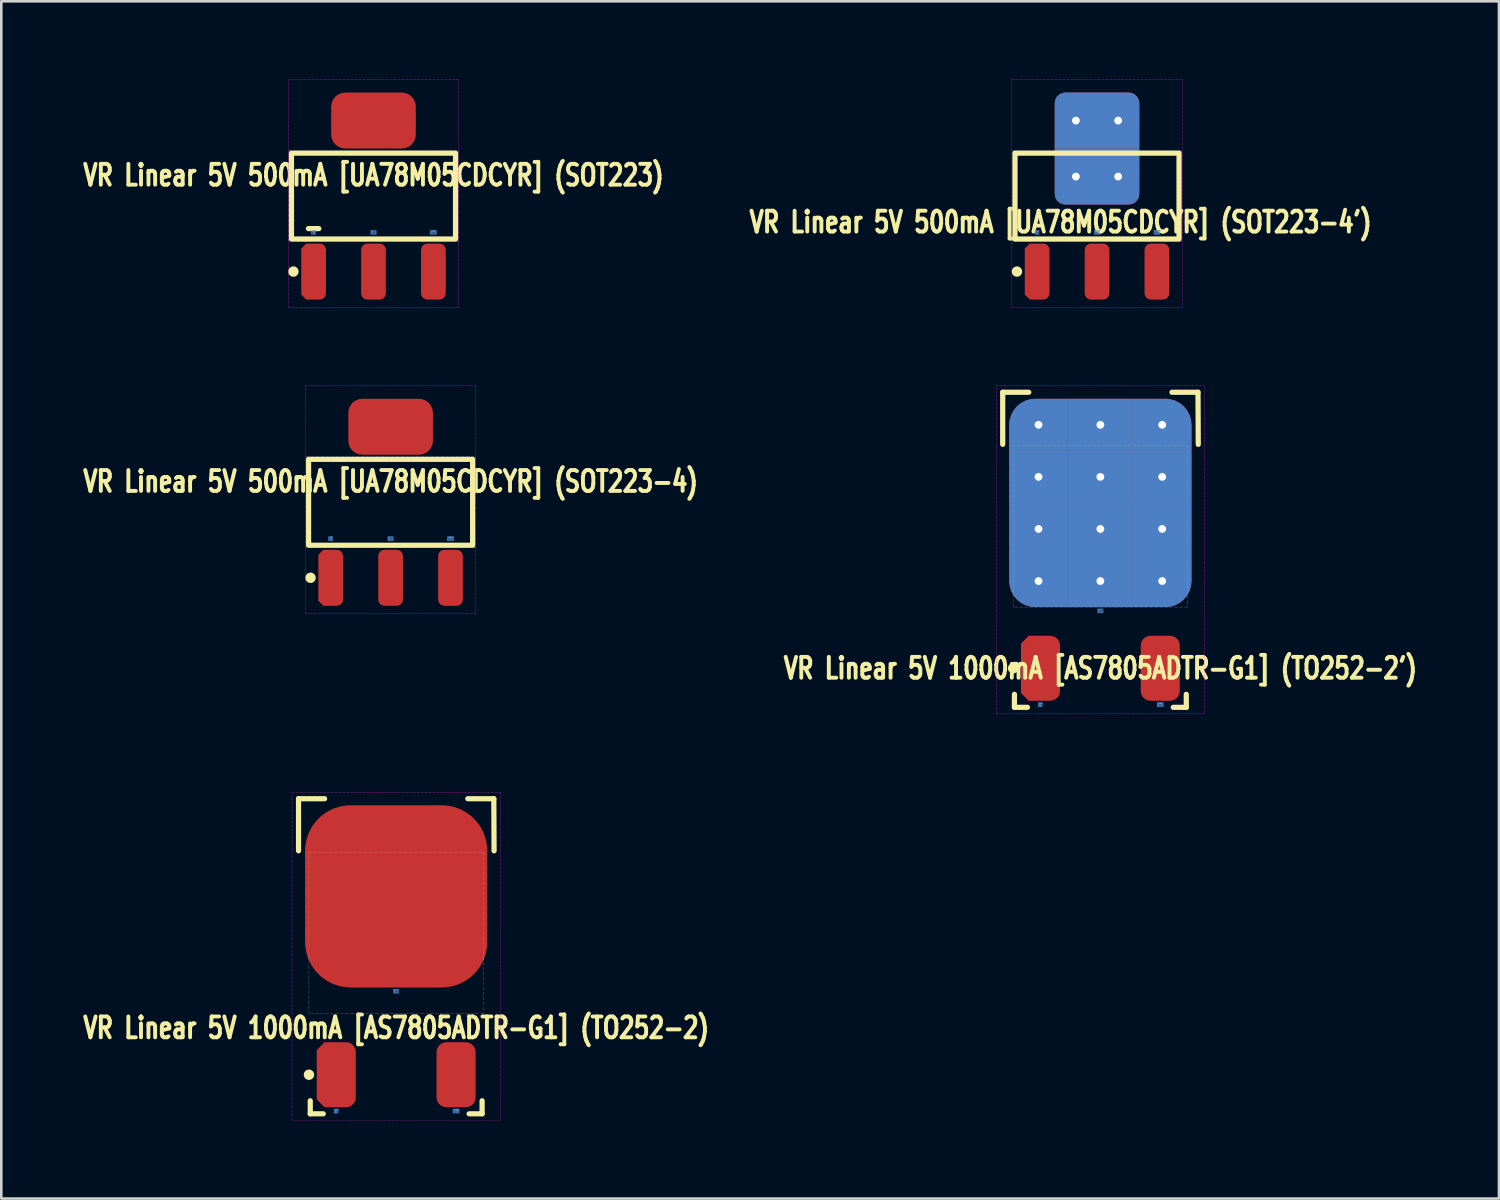
<source format=kicad_pcb>
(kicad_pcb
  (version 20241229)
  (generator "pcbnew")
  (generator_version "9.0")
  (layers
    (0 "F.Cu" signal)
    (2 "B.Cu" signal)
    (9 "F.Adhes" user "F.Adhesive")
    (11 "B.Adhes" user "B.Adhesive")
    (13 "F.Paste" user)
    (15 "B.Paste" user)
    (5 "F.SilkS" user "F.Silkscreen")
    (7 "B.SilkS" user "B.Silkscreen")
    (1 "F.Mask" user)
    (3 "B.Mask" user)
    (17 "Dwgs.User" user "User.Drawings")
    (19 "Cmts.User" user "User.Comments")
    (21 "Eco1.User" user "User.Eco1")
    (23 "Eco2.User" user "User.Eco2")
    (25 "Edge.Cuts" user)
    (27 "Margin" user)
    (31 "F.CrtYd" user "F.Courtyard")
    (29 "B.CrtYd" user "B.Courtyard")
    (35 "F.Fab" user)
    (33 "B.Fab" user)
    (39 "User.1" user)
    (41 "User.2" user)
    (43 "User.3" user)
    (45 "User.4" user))
  (footprint "VR Linear 5V 500mA [UA78M05CDCYR] (SOT223-4')"
    (layer "F.Cu")
    (at 39.081 4.48)
    (property "Reference" "VR Linear 5V 500mA [UA78M05CDCYR] (SOT223-4')" (at -1.4 1 0) (layer "F.SilkS") (effects (font (size 0.8 0.6) (thickness 0.15))))
    (attr smd)
    (fp_rect (start -3.15 -1.65) (end 3.15 1.65) (stroke (width 0.2) (type default)) (fill no) (layer "F.SilkS"))
    (fp_circle (center -3.075 2.9) (end -2.925 2.9) (stroke (width 0.1) (type solid)) (fill yes) (layer "F.SilkS"))
    (fp_rect (start -3.275 -4.475) (end 3.275 4.275) (stroke (width 0.01) (type dash)) (fill no) (layer "F.CrtYd"))
    (fp_rect (start -3.25 -1.75) (end 3.25 1.75) (stroke (width 0.01) (type dash_dot)) (fill no) (layer "F.Fab"))
    (fp_text user "Vout" (at 2.3 1.4 0) (layer "Cmts.User" knockout) (effects (font (size 0.13 0.07) (thickness 0.01) (bold yes))))
    (fp_text user "Vin" (at -2.3 1.4 0) (layer "Cmts.User" knockout) (effects (font (size 0.13 0.07) (thickness 0.01) (bold yes))))
    (fp_text user "GND" (at 0 1.4 0) (layer "Cmts.User" knockout) (effects (font (size 0.13 0.07) (thickness 0.01) (bold yes))))
    (pad "1" smd roundrect (at -2.3 2.9) (size 0.95 2.15) (layers "F.Cu" "F.Mask" "F.Paste") (roundrect_rratio 0.25) (chamfer_ratio 0.2) (chamfer top_left bottom_left))
    (pad "2" thru_hole roundrect (at -0.812 -2.9) (size 1.625 2.15) (drill 0.3) (layers "*.Cu" "F.Mask" "F.Paste") (roundrect_rratio 0.25) (chamfer_ratio 0) (chamfer top_right bottom_left bottom_right))
    (pad "2" thru_hole roundrect (at -0.812 -0.75) (size 1.625 2.15) (drill 0.3) (layers "*.Cu") (roundrect_rratio 0.25) (chamfer_ratio 0) (chamfer top_left top_right bottom_right))
    (pad "2" smd roundrect (at 0 2.9) (size 0.95 2.15) (layers "F.Cu" "F.Mask" "F.Paste") (roundrect_rratio 0.25) (chamfer_ratio 0.2) (chamfer))
    (pad "2" thru_hole roundrect (at 0.812 -2.9) (size 1.625 2.15) (drill 0.3) (layers "*.Cu" "F.Mask" "F.Paste") (roundrect_rratio 0.25) (chamfer_ratio 0) (chamfer top_left bottom_left bottom_right))
    (pad "2" thru_hole roundrect (at 0.812 -0.75) (size 1.625 2.15) (drill 0.3) (layers "*.Cu") (roundrect_rratio 0.25) (chamfer_ratio 0) (chamfer top_left top_right bottom_left))
    (pad "3" smd roundrect (at 2.3 2.9) (size 0.95 2.15) (layers "F.Cu" "F.Mask" "F.Paste") (roundrect_rratio 0.25) (chamfer_ratio 0.2) (chamfer)))
  (footprint "VR Linear 5V 1000mA [AS7805ADTR-G1] (TO252-2)"
    (layer "F.Cu")
    (at 12.165 38.225)
    (property "Reference" "VR Linear 5V 1000mA [AS7805ADTR-G1] (TO252-2)" (at 0 -1.8 0) (layer "F.SilkS") (effects (font (size 0.8 0.6) (thickness 0.15))))
    (attr smd)
    (fp_line (start -3.75 -10.6) (end -2.75 -10.6) (stroke (width 0.2) (type default)) (layer "F.SilkS"))
    (fp_line (start -3.75 -8.6) (end -3.75 -10.6) (stroke (width 0.2) (type default)) (layer "F.SilkS"))
    (fp_line (start -3.3 1.5) (end -3.3 1) (stroke (width 0.2) (type default)) (layer "F.SilkS"))
    (fp_line (start -3.3 1.5) (end -2.8 1.5) (stroke (width 0.2) (type default)) (layer "F.SilkS"))
    (fp_line (start 2.75 -10.6) (end 3.75 -10.6) (stroke (width 0.2) (type default)) (layer "F.SilkS"))
    (fp_line (start 3.3 1.5) (end 2.8 1.5) (stroke (width 0.2) (type default)) (layer "F.SilkS"))
    (fp_line (start 3.3 1.5) (end 3.3 1) (stroke (width 0.2) (type default)) (layer "F.SilkS"))
    (fp_line (start 3.76 -8.6) (end 3.75 -10.6) (stroke (width 0.2) (type default)) (layer "F.SilkS"))
    (fp_circle (center -3.35 0) (end -3.2 0) (stroke (width 0.1) (type solid)) (fill yes) (layer "F.SilkS"))
    (fp_rect (start -4 -10.85) (end 4 1.75) (stroke (width 0.01) (type dash)) (fill no) (layer "F.CrtYd"))
    (fp_rect (start -3.35 -8.55) (end 3.35 -2.35) (stroke (width 0.01) (type dash_dot)) (fill no) (layer "F.Fab"))
    (fp_text user "Vout" (at 2.3 1.4 0) (layer "Cmts.User" knockout) (effects (font (size 0.13 0.07) (thickness 0.01) (bold yes))))
    (fp_text user "Vin" (at -2.3 1.4 0) (layer "Cmts.User" knockout) (effects (font (size 0.13 0.07) (thickness 0.01) (bold yes))))
    (fp_text user "GND" (at 0 -3.2 0) (layer "Cmts.User" knockout) (effects (font (size 0.13 0.07) (thickness 0.01) (bold yes))))
    (pad "1" smd roundrect (at -2.3 0) (size 1.5 2.5) (layers "F.Cu" "F.Mask" "F.Paste") (roundrect_rratio 0.25) (chamfer_ratio 0.2) (chamfer top_left bottom_left))
    (pad "2" smd roundrect (at 0 -6.85) (size 7 7) (layers "F.Cu" "F.Mask" "F.Paste") (roundrect_rratio 0.25))
    (pad "3" smd roundrect (at 2.3 0) (size 1.5 2.5) (layers "F.Cu" "F.Mask" "F.Paste") (roundrect_rratio 0.25) (chamfer_ratio 0.2) (chamfer)))
  (footprint "VR Linear 5V 1000mA [AS7805ADTR-G1] (TO252-2')"
    (layer "F.Cu")
    (at 39.209 22.615)
    (property "Reference" "VR Linear 5V 1000mA [AS7805ADTR-G1] (TO252-2')" (at 0 0 0) (layer "F.SilkS") (effects (font (size 0.8 0.6) (thickness 0.15))))
    (attr smd)
    (fp_line (start -3.75 -10.6) (end -2.75 -10.6) (stroke (width 0.2) (type default)) (layer "F.SilkS"))
    (fp_line (start -3.75 -8.6) (end -3.75 -10.6) (stroke (width 0.2) (type default)) (layer "F.SilkS"))
    (fp_line (start -3.3 1.5) (end -3.3 1) (stroke (width 0.2) (type default)) (layer "F.SilkS"))
    (fp_line (start -3.3 1.5) (end -2.8 1.5) (stroke (width 0.2) (type default)) (layer "F.SilkS"))
    (fp_line (start 2.75 -10.6) (end 3.75 -10.6) (stroke (width 0.2) (type default)) (layer "F.SilkS"))
    (fp_line (start 3.3 1.5) (end 2.8 1.5) (stroke (width 0.2) (type default)) (layer "F.SilkS"))
    (fp_line (start 3.3 1.5) (end 3.3 1) (stroke (width 0.2) (type default)) (layer "F.SilkS"))
    (fp_line (start 3.76 -8.6) (end 3.75 -10.6) (stroke (width 0.2) (type default)) (layer "F.SilkS"))
    (fp_circle (center -3.35 0) (end -3.2 0) (stroke (width 0.1) (type solid)) (fill yes) (layer "F.SilkS"))
    (fp_rect (start -4 -10.85) (end 4 1.75) (stroke (width 0.01) (type dash)) (fill no) (layer "F.CrtYd"))
    (fp_rect (start -3.35 -8.55) (end 3.35 -2.35) (stroke (width 0.01) (type dash_dot)) (fill no) (layer "F.Fab"))
    (fp_text user "Vin" (at -2.3 1.4 0) (layer "Cmts.User" knockout) (effects (font (size 0.13 0.07) (thickness 0.01) (bold yes))))
    (fp_text user "Vout" (at 2.3 1.4 0) (layer "Cmts.User" knockout) (effects (font (size 0.13 0.07) (thickness 0.01) (bold yes))))
    (fp_text user "GND" (at 0 -2.2 0) (layer "Cmts.User" knockout) (effects (font (size 0.13 0.07) (thickness 0.01) (bold yes))))
    (pad "1" smd roundrect (at -2.3 0) (size 1.5 2.5) (layers "F.Cu" "F.Mask" "F.Paste") (roundrect_rratio 0.25) (chamfer_ratio 0.2) (chamfer top_left bottom_left))
    (pad "2" thru_hole roundrect (at -2.375 -9.35) (size 2.25 2) (drill 0.3) (layers "*.Cu" "F.Mask" "F.Paste") (roundrect_rratio 0.5) (chamfer_ratio 0) (chamfer top_right bottom_left bottom_right))
    (pad "2" thru_hole rect (at -2.375 -7.35) (size 2.25 2) (drill 0.3) (layers "*.Cu" "F.Mask" "F.Paste"))
    (pad "2" thru_hole rect (at -2.375 -5.35) (size 2.25 2) (drill 0.3) (layers "*.Cu" "F.Mask" "F.Paste"))
    (pad "2" thru_hole roundrect (at -2.375 -3.35) (size 2.25 2) (drill 0.3) (layers "*.Cu" "F.Mask" "F.Paste") (roundrect_rratio 0.5) (chamfer_ratio 0) (chamfer top_left top_right bottom_right))
    (pad "2" thru_hole rect (at 0 -9.35) (size 2.5 2) (drill 0.3) (layers "*.Cu" "F.Mask" "F.Paste"))
    (pad "2" thru_hole rect (at 0 -7.35) (size 2.5 2) (drill 0.3) (layers "*.Cu" "F.Mask" "F.Paste"))
    (pad "2" thru_hole rect (at 0 -5.35) (size 2.5 2) (drill 0.3) (layers "*.Cu" "F.Mask" "F.Paste"))
    (pad "2" thru_hole rect (at 0 -3.35) (size 2.5 2) (drill 0.3) (layers "*.Cu" "F.Mask" "F.Paste"))
    (pad "2" thru_hole roundrect (at 2.375 -9.35) (size 2.25 2) (drill 0.3) (layers "*.Cu" "F.Mask" "F.Paste") (roundrect_rratio 0.5) (chamfer_ratio 0) (chamfer top_left bottom_left bottom_right))
    (pad "2" thru_hole rect (at 2.375 -7.35) (size 2.25 2) (drill 0.3) (layers "*.Cu" "F.Mask" "F.Paste"))
    (pad "2" thru_hole rect (at 2.375 -5.35) (size 2.25 2) (drill 0.3) (layers "*.Cu" "F.Mask" "F.Paste"))
    (pad "2" thru_hole roundrect (at 2.375 -3.35) (size 2.25 2) (drill 0.3) (layers "*.Cu" "F.Mask" "F.Paste") (roundrect_rratio 0.5) (chamfer_ratio 0) (chamfer top_left top_right bottom_left))
    (pad "3" smd roundrect (at 2.3 0) (size 1.5 2.5) (layers "F.Cu" "F.Mask" "F.Paste") (roundrect_rratio 0.25) (chamfer_ratio 0.2) (chamfer)))
  (footprint "VR Linear 5V 500mA [UA78M05CDCYR] (SOT223)"
    (layer "F.Cu")
    (at 11.294 4.48)
    (property "Reference" "VR Linear 5V 500mA [UA78M05CDCYR] (SOT223)" (at 0 -0.8 0) (layer "F.SilkS") (effects (font (size 0.8 0.6) (thickness 0.15))))
    (attr smd)
    (fp_line (start -2.5 1.25) (end -2.1 1.25) (stroke (width 0.2) (type default)) (layer "F.SilkS"))
    (fp_rect (start -3.15 -1.65) (end 3.15 1.65) (stroke (width 0.2) (type default)) (fill no) (layer "F.SilkS"))
    (fp_circle (center -3.075 2.9) (end -2.925 2.9) (stroke (width 0.1) (type solid)) (fill yes) (layer "F.SilkS"))
    (fp_rect (start -3.275 -4.475) (end 3.275 4.275) (stroke (width 0.01) (type dash)) (fill no) (layer "F.CrtYd"))
    (fp_rect (start -3.25 -1.75) (end 3.25 1.75) (stroke (width 0.01) (type dash_dot)) (fill no) (layer "F.Fab"))
    (fp_text user "Vin" (at -2.3 1.4 0) (layer "Cmts.User" knockout) (effects (font (size 0.13 0.07) (thickness 0.01) (bold yes))))
    (fp_text user "GND" (at 0 1.4 0) (layer "Cmts.User" knockout) (effects (font (size 0.13 0.07) (thickness 0.01) (bold yes))))
    (fp_text user "Vout" (at 2.3 1.4 0) (layer "Cmts.User" knockout) (effects (font (size 0.13 0.07) (thickness 0.01) (bold yes))))
    (pad "1" smd roundrect (at -2.3 2.9) (size 0.95 2.15) (layers "F.Cu" "F.Mask" "F.Paste") (roundrect_rratio 0.25) (chamfer_ratio 0.2) (chamfer top_left bottom_left))
    (pad "2" smd roundrect (at 0 -2.9) (size 3.25 2.15) (layers "F.Cu" "F.Mask" "F.Paste") (roundrect_rratio 0.25))
    (pad "2" smd roundrect (at 0 2.9) (size 0.95 2.15) (layers "F.Cu" "F.Mask" "F.Paste") (roundrect_rratio 0.25) (chamfer_ratio 0.2) (chamfer))
    (pad "3" smd roundrect (at 2.3 2.9) (size 0.95 2.15) (layers "F.Cu" "F.Mask" "F.Paste") (roundrect_rratio 0.25) (chamfer_ratio 0.2) (chamfer)))
  (footprint "VR Linear 5V 500mA [UA78M05CDCYR] (SOT223-4)"
    (layer "F.Cu")
    (at 11.951 16.24)
    (property "Reference" "VR Linear 5V 500mA [UA78M05CDCYR] (SOT223-4)" (at 0 -0.8 0) (layer "F.SilkS") (effects (font (size 0.8 0.6) (thickness 0.15))))
    (attr smd)
    (fp_rect (start -3.15 -1.65) (end 3.15 1.65) (stroke (width 0.2) (type default)) (fill no) (layer "F.SilkS"))
    (fp_circle (center -3.075 2.9) (end -2.925 2.9) (stroke (width 0.1) (type solid)) (fill yes) (layer "F.SilkS"))
    (fp_rect (start -3.275 -4.475) (end 3.275 4.275) (stroke (width 0.01) (type dash)) (fill no) (layer "F.CrtYd"))
    (fp_rect (start -3.25 -1.75) (end 3.25 1.75) (stroke (width 0.01) (type dash_dot)) (fill no) (layer "F.Fab"))
    (fp_text user "Vin" (at -2.3 1.4 0) (layer "Cmts.User" knockout) (effects (font (size 0.13 0.07) (thickness 0.01) (bold yes))))
    (fp_text user "Vout" (at 2.3 1.4 0) (layer "Cmts.User" knockout) (effects (font (size 0.13 0.07) (thickness 0.01) (bold yes))))
    (fp_text user "GND" (at 0 1.4 0) (layer "Cmts.User" knockout) (effects (font (size 0.13 0.07) (thickness 0.01) (bold yes))))
    (pad "1" smd roundrect (at -2.3 2.9) (size 0.95 2.15) (layers "F.Cu" "F.Mask" "F.Paste") (roundrect_rratio 0.25) (chamfer_ratio 0.2) (chamfer top_left bottom_left))
    (pad "2" smd roundrect (at 0 -2.9) (size 3.25 2.15) (layers "F.Cu" "F.Mask" "F.Paste") (roundrect_rratio 0.25))
    (pad "2" smd roundrect (at 0 2.9) (size 0.95 2.15) (layers "F.Cu" "F.Mask" "F.Paste") (roundrect_rratio 0.25) (chamfer_ratio 0.2) (chamfer))
    (pad "3" smd roundrect (at 2.3 2.9) (size 0.95 2.15) (layers "F.Cu" "F.Mask" "F.Paste") (roundrect_rratio 0.25) (chamfer_ratio 0.2) (chamfer)))
  (gr_rect
    (start -3 -3)
    (end 54.517 42.98)
    (stroke (width 0.1) (type default))
    (fill no)
    (layer "Edge.Cuts")))
</source>
